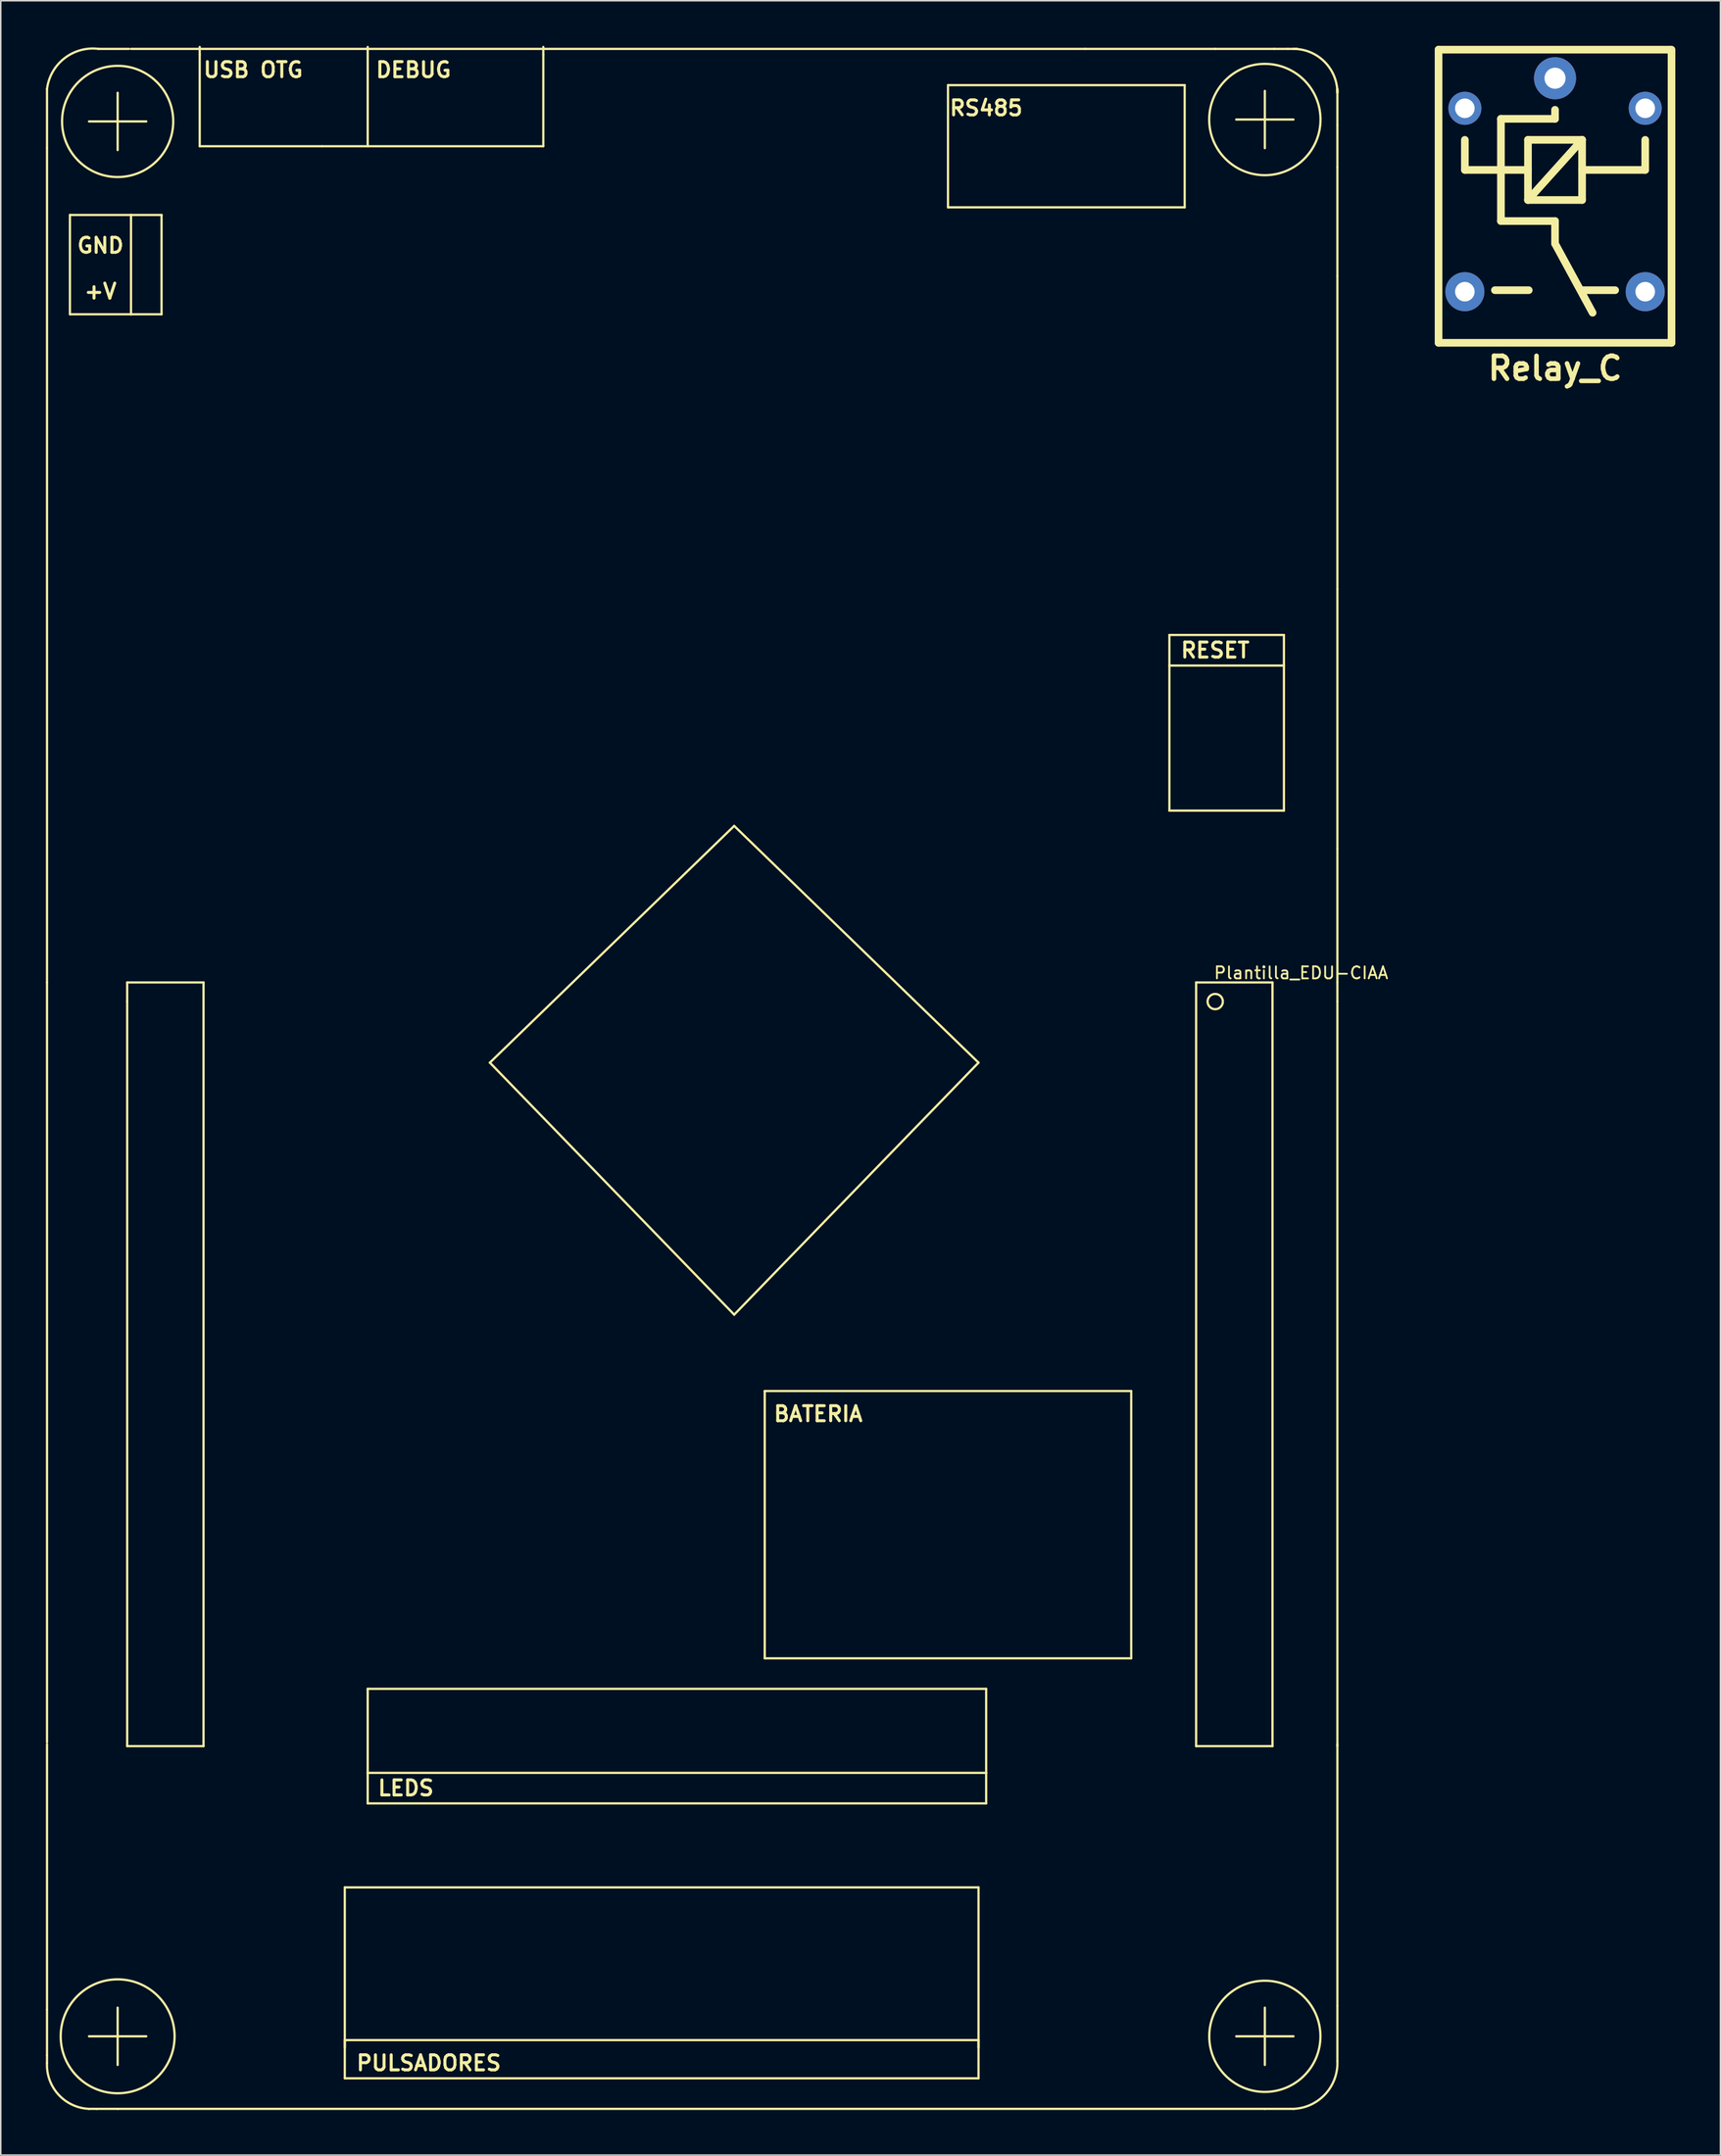
<source format=kicad_pcb>
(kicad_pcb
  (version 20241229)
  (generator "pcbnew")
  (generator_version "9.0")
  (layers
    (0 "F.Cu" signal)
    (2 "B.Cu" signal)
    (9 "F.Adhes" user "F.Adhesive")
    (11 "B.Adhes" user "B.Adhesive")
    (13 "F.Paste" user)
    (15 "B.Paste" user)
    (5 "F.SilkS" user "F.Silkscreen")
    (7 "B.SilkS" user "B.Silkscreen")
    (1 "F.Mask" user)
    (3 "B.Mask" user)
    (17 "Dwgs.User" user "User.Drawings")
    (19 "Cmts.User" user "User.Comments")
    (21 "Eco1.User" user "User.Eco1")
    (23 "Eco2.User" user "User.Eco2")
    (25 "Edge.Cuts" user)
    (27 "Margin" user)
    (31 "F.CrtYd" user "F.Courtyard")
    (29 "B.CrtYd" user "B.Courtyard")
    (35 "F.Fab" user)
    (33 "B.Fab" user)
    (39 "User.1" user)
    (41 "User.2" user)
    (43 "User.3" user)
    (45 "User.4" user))
  (footprint "Relay_C"
    (layer "F.Cu")
    (at 100.411 10.254)
    (property "Reference" "Relay_C" (at 0 11.2 0) (layer "F.SilkS") (effects (font (size 1.524 1.524) (thickness 0.305))))
    (attr through_hole)
    (fp_line (start -7.75 -10) (end -7.75 9.5) (stroke (width 0.508) (type solid)) (layer "F.SilkS"))
    (fp_line (start -7.75 -10) (end 7.65 -10) (stroke (width 0.508) (type solid)) (layer "F.SilkS"))
    (fp_line (start -7.75 9.5) (end 7.75 9.5) (stroke (width 0.508) (type solid)) (layer "F.SilkS"))
    (fp_line (start -6 -4) (end -6 -2) (stroke (width 0.508) (type solid)) (layer "F.SilkS"))
    (fp_line (start -3.6 1.4) (end -3.6 -5.4) (stroke (width 0.508) (type solid)) (layer "F.SilkS"))
    (fp_line (start -1.8 -4) (end 1.8 -4) (stroke (width 0.508) (type solid)) (layer "F.SilkS"))
    (fp_line (start -1.8 -2) (end -6 -2) (stroke (width 0.508) (type solid)) (layer "F.SilkS"))
    (fp_line (start -1.8 0) (end -1.8 -4) (stroke (width 0.508) (type solid)) (layer "F.SilkS"))
    (fp_line (start -1.8 0) (end 1.8 -4) (stroke (width 0.508) (type solid)) (layer "F.SilkS"))
    (fp_line (start -1.75 6) (end -4 6) (stroke (width 0.508) (type solid)) (layer "F.SilkS"))
    (fp_line (start 0 -6) (end 0 -5.4) (stroke (width 0.508) (type solid)) (layer "F.SilkS"))
    (fp_line (start 0 -5.4) (end -3.6 -5.4) (stroke (width 0.508) (type solid)) (layer "F.SilkS"))
    (fp_line (start 0 1.4) (end -3.6 1.4) (stroke (width 0.508) (type solid)) (layer "F.SilkS"))
    (fp_line (start 0 1.4) (end 0 2.9) (stroke (width 0.508) (type solid)) (layer "F.SilkS"))
    (fp_line (start 0 2.9) (end 2.5 7.5) (stroke (width 0.508) (type solid)) (layer "F.SilkS"))
    (fp_line (start 1.8 -4) (end 1.8 0) (stroke (width 0.508) (type solid)) (layer "F.SilkS"))
    (fp_line (start 1.8 0) (end -1.8 0) (stroke (width 0.508) (type solid)) (layer "F.SilkS"))
    (fp_line (start 4 6) (end 1.75 6) (stroke (width 0.508) (type solid)) (layer "F.SilkS"))
    (fp_line (start 6 -4) (end 6 -2) (stroke (width 0.508) (type solid)) (layer "F.SilkS"))
    (fp_line (start 6 -2) (end 1.8 -2) (stroke (width 0.508) (type solid)) (layer "F.SilkS"))
    (fp_line (start 7.75 -10) (end 7.75 9.5) (stroke (width 0.508) (type solid)) (layer "F.SilkS"))
    (pad "1" thru_hole circle (at 0 -8.1) (size 2.8 2.8) (drill 1.4) (layers "*.Cu" "*.Mask"))
    (pad "2" thru_hole circle (at -6 -6.1) (size 2.2 2.2) (drill 1.3) (layers "*.Cu" "*.Mask"))
    (pad "3" thru_hole circle (at -6 6.1) (size 2.6 2.6) (drill 1.3) (layers "*.Cu" "*.Mask"))
    (pad "4" thru_hole circle (at 6 6.1) (size 2.6 2.6) (drill 1.3) (layers "*.Cu" "*.Mask"))
    (pad "5" thru_hole circle (at 6 -6.1) (size 2.2 2.2) (drill 1.3) (layers "*.Cu" "*.Mask")))
  (footprint "Plantilla_EDU-CIAA"
    (layer "F.Cu")
    (at 77.802 63.575)
    (property "Reference" "Plantilla_EDU-CIAA" (at 5.715 -1.905 0) (layer "F.SilkS") (effects (font (size 0.8 0.8) (thickness 0.12))))
    (attr through_hole)
    (fp_line (start -77.724 -60.706) (end -77.724 -56.769) (stroke (width 0.15) (type solid)) (layer "F.SilkS"))
    (fp_line (start -77.724 -1.27) (end -77.724 -56.769) (stroke (width 0.15) (type solid)) (layer "F.SilkS"))
    (fp_line (start -77.724 49.276) (end -77.724 -1.27) (stroke (width 0.15) (type solid)) (layer "F.SilkS"))
    (fp_line (start -77.724 49.403) (end -77.724 67.056) (stroke (width 0.15) (type solid)) (layer "F.SilkS"))
    (fp_line (start -77.724 67.056) (end -77.724 70.104) (stroke (width 0.15) (type solid)) (layer "F.SilkS"))
    (fp_line (start -77.724 70.612) (end -77.724 70.104) (stroke (width 0.15) (type solid)) (layer "F.SilkS"))
    (fp_line (start -76.2 -52.324) (end -76.2 -45.72) (stroke (width 0.15) (type solid)) (layer "F.SilkS"))
    (fp_line (start -76.2 -45.72) (end -72.136 -45.72) (stroke (width 0.15) (type solid)) (layer "F.SilkS"))
    (fp_line (start -74.422 73.66) (end -74.93 73.66) (stroke (width 0.15) (type solid)) (layer "F.SilkS"))
    (fp_line (start -73.025 -58.547) (end -74.93 -58.547) (stroke (width 0.15) (type solid)) (layer "F.SilkS"))
    (fp_line (start -73.025 -58.547) (end -73.025 -60.452) (stroke (width 0.15) (type solid)) (layer "F.SilkS"))
    (fp_line (start -73.025 -58.547) (end -73.025 -56.642) (stroke (width 0.15) (type solid)) (layer "F.SilkS"))
    (fp_line (start -73.025 -58.547) (end -71.12 -58.547) (stroke (width 0.15) (type solid)) (layer "F.SilkS"))
    (fp_line (start -73.025 68.834) (end -74.93 68.834) (stroke (width 0.15) (type solid)) (layer "F.SilkS"))
    (fp_line (start -73.025 68.834) (end -73.025 66.929) (stroke (width 0.15) (type solid)) (layer "F.SilkS"))
    (fp_line (start -73.025 68.834) (end -73.025 70.739) (stroke (width 0.15) (type solid)) (layer "F.SilkS"))
    (fp_line (start -73.025 68.834) (end -71.12 68.834) (stroke (width 0.15) (type solid)) (layer "F.SilkS"))
    (fp_line (start -73.025 73.66) (end -74.422 73.66) (stroke (width 0.15) (type solid)) (layer "F.SilkS"))
    (fp_line (start -72.39 -1.27) (end -67.31 -1.27) (stroke (width 0.15) (type solid)) (layer "F.SilkS"))
    (fp_line (start -72.39 0) (end -72.39 -1.27) (stroke (width 0.15) (type solid)) (layer "F.SilkS"))
    (fp_line (start -72.39 49.53) (end -72.39 0) (stroke (width 0.15) (type solid)) (layer "F.SilkS"))
    (fp_line (start -72.263 -63.373) (end -74.295 -63.373) (stroke (width 0.15) (type solid)) (layer "F.SilkS"))
    (fp_line (start -72.136 -52.324) (end -76.2 -52.324) (stroke (width 0.15) (type solid)) (layer "F.SilkS"))
    (fp_line (start -72.136 -45.72) (end -72.136 -52.324) (stroke (width 0.15) (type solid)) (layer "F.SilkS"))
    (fp_line (start -72.136 -45.72) (end -70.104 -45.72) (stroke (width 0.15) (type solid)) (layer "F.SilkS"))
    (fp_line (start -70.104 -52.324) (end -72.136 -52.324) (stroke (width 0.15) (type solid)) (layer "F.SilkS"))
    (fp_line (start -70.104 -45.72) (end -70.104 -52.324) (stroke (width 0.15) (type solid)) (layer "F.SilkS"))
    (fp_line (start -67.564 -62.992) (end -67.564 -63.5) (stroke (width 0.15) (type solid)) (layer "F.SilkS"))
    (fp_line (start -67.564 -56.896) (end -67.564 -62.992) (stroke (width 0.15) (type solid)) (layer "F.SilkS"))
    (fp_line (start -67.564 -56.896) (end -59.436 -56.896) (stroke (width 0.15) (type solid)) (layer "F.SilkS"))
    (fp_line (start -67.31 -1.27) (end -67.31 49.53) (stroke (width 0.15) (type solid)) (layer "F.SilkS"))
    (fp_line (start -67.31 49.53) (end -72.39 49.53) (stroke (width 0.15) (type solid)) (layer "F.SilkS"))
    (fp_line (start -57.912 58.928) (end -57.912 69.596) (stroke (width 0.15) (type solid)) (layer "F.SilkS"))
    (fp_line (start -57.912 69.088) (end -15.748 69.088) (stroke (width 0.15) (type solid)) (layer "F.SilkS"))
    (fp_line (start -57.912 71.628) (end -57.912 69.088) (stroke (width 0.15) (type solid)) (layer "F.SilkS"))
    (fp_line (start -57.912 71.628) (end -15.748 71.628) (stroke (width 0.15) (type solid)) (layer "F.SilkS"))
    (fp_line (start -56.388 -56.896) (end -56.388 -63.5) (stroke (width 0.15) (type solid)) (layer "F.SilkS"))
    (fp_line (start -56.388 45.72) (end -56.388 51.308) (stroke (width 0.15) (type solid)) (layer "F.SilkS"))
    (fp_line (start -56.388 51.308) (end -15.24 51.308) (stroke (width 0.15) (type solid)) (layer "F.SilkS"))
    (fp_line (start -56.388 53.34) (end -56.388 51.308) (stroke (width 0.15) (type solid)) (layer "F.SilkS"))
    (fp_line (start -56.388 53.34) (end -15.24 53.34) (stroke (width 0.15) (type solid)) (layer "F.SilkS"))
    (fp_line (start -48.26 4.064) (end -32.004 -11.684) (stroke (width 0.15) (type solid)) (layer "F.SilkS"))
    (fp_line (start -44.704 -62.992) (end -44.704 -63.5) (stroke (width 0.15) (type solid)) (layer "F.SilkS"))
    (fp_line (start -44.704 -62.992) (end -44.704 -56.896) (stroke (width 0.15) (type solid)) (layer "F.SilkS"))
    (fp_line (start -44.704 -56.896) (end -59.436 -56.896) (stroke (width 0.15) (type solid)) (layer "F.SilkS"))
    (fp_line (start -32.004 -11.684) (end -15.748 4.064) (stroke (width 0.15) (type solid)) (layer "F.SilkS"))
    (fp_line (start -32.004 20.828) (end -48.26 4.064) (stroke (width 0.15) (type solid)) (layer "F.SilkS"))
    (fp_line (start -29.972 25.908) (end -29.972 43.688) (stroke (width 0.15) (type solid)) (layer "F.SilkS"))
    (fp_line (start -29.972 43.688) (end -5.588 43.688) (stroke (width 0.15) (type solid)) (layer "F.SilkS"))
    (fp_line (start -17.78 -60.96) (end -17.78 -52.832) (stroke (width 0.15) (type solid)) (layer "F.SilkS"))
    (fp_line (start -17.78 -52.832) (end -2.032 -52.832) (stroke (width 0.15) (type solid)) (layer "F.SilkS"))
    (fp_line (start -15.748 4.064) (end -32.004 20.828) (stroke (width 0.15) (type solid)) (layer "F.SilkS"))
    (fp_line (start -15.748 58.928) (end -57.912 58.928) (stroke (width 0.15) (type solid)) (layer "F.SilkS"))
    (fp_line (start -15.748 69.596) (end -15.748 58.928) (stroke (width 0.15) (type solid)) (layer "F.SilkS"))
    (fp_line (start -15.748 71.628) (end -15.748 69.088) (stroke (width 0.15) (type solid)) (layer "F.SilkS"))
    (fp_line (start -15.24 45.72) (end -56.388 45.72) (stroke (width 0.15) (type solid)) (layer "F.SilkS"))
    (fp_line (start -15.24 51.308) (end -15.24 45.72) (stroke (width 0.15) (type solid)) (layer "F.SilkS"))
    (fp_line (start -15.24 53.34) (end -15.24 51.308) (stroke (width 0.15) (type solid)) (layer "F.SilkS"))
    (fp_line (start -8.636 -63.373) (end -72.136 -63.373) (stroke (width 0.15) (type solid)) (layer "F.SilkS"))
    (fp_line (start -5.588 25.908) (end -29.972 25.908) (stroke (width 0.15) (type solid)) (layer "F.SilkS"))
    (fp_line (start -5.588 43.688) (end -5.588 25.908) (stroke (width 0.15) (type solid)) (layer "F.SilkS"))
    (fp_line (start -3.048 -24.384) (end -3.048 -12.7) (stroke (width 0.15) (type solid)) (layer "F.SilkS"))
    (fp_line (start -3.048 -12.7) (end 4.572 -12.7) (stroke (width 0.15) (type solid)) (layer "F.SilkS"))
    (fp_line (start -2.032 -60.96) (end -17.78 -60.96) (stroke (width 0.15) (type solid)) (layer "F.SilkS"))
    (fp_line (start -2.032 -52.832) (end -2.032 -60.96) (stroke (width 0.15) (type solid)) (layer "F.SilkS"))
    (fp_line (start -1.27 49.53) (end -1.27 -1.27) (stroke (width 0.15) (type solid)) (layer "F.SilkS"))
    (fp_line (start 0 -63.373) (end -8.636 -63.373) (stroke (width 0.15) (type solid)) (layer "F.SilkS"))
    (fp_line (start 0 -63.373) (end 3.937 -63.373) (stroke (width 0.15) (type solid)) (layer "F.SilkS"))
    (fp_line (start 3.302 -58.674) (end 1.397 -58.674) (stroke (width 0.15) (type solid)) (layer "F.SilkS"))
    (fp_line (start 3.302 -58.674) (end 3.302 -60.579) (stroke (width 0.15) (type solid)) (layer "F.SilkS"))
    (fp_line (start 3.302 -58.674) (end 3.302 -56.769) (stroke (width 0.15) (type solid)) (layer "F.SilkS"))
    (fp_line (start 3.302 -58.674) (end 5.207 -58.674) (stroke (width 0.15) (type solid)) (layer "F.SilkS"))
    (fp_line (start 3.302 68.834) (end 1.397 68.834) (stroke (width 0.15) (type solid)) (layer "F.SilkS"))
    (fp_line (start 3.302 68.834) (end 3.302 66.929) (stroke (width 0.15) (type solid)) (layer "F.SilkS"))
    (fp_line (start 3.302 68.834) (end 3.302 70.739) (stroke (width 0.15) (type solid)) (layer "F.SilkS"))
    (fp_line (start 3.302 68.834) (end 5.207 68.834) (stroke (width 0.15) (type solid)) (layer "F.SilkS"))
    (fp_line (start 3.302 73.66) (end -73.025 73.66) (stroke (width 0.15) (type solid)) (layer "F.SilkS"))
    (fp_line (start 3.302 73.66) (end 5.207 73.66) (stroke (width 0.15) (type solid)) (layer "F.SilkS"))
    (fp_line (start 3.81 -1.27) (end -1.27 -1.27) (stroke (width 0.15) (type solid)) (layer "F.SilkS"))
    (fp_line (start 3.81 49.53) (end -1.27 49.53) (stroke (width 0.15) (type solid)) (layer "F.SilkS"))
    (fp_line (start 3.81 49.53) (end 3.81 -1.27) (stroke (width 0.15) (type solid)) (layer "F.SilkS"))
    (fp_line (start 3.937 -63.373) (end 4.826 -63.373) (stroke (width 0.15) (type solid)) (layer "F.SilkS"))
    (fp_line (start 4.572 -24.384) (end -3.048 -24.384) (stroke (width 0.15) (type solid)) (layer "F.SilkS"))
    (fp_line (start 4.572 -22.352) (end -3.048 -22.352) (stroke (width 0.15) (type solid)) (layer "F.SilkS"))
    (fp_line (start 4.572 -12.7) (end 4.572 -24.384) (stroke (width 0.15) (type solid)) (layer "F.SilkS"))
    (fp_line (start 5.461 -63.373) (end 4.826 -63.373) (stroke (width 0.15) (type solid)) (layer "F.SilkS"))
    (fp_line (start 8.128 -60.706) (end 8.128 -60.452) (stroke (width 0.15) (type solid)) (layer "F.SilkS"))
    (fp_line (start 8.128 -60.579) (end 8.128 -60.706) (stroke (width 0.15) (type solid)) (layer "F.SilkS"))
    (fp_line (start 8.128 -58.293) (end 8.128 -60.579) (stroke (width 0.15) (type solid)) (layer "F.SilkS"))
    (fp_line (start 8.128 -55.499) (end 8.128 -58.293) (stroke (width 0.15) (type solid)) (layer "F.SilkS"))
    (fp_line (start 8.128 -48.26) (end 8.128 -55.499) (stroke (width 0.15) (type solid)) (layer "F.SilkS"))
    (fp_line (start 8.128 -27.432) (end 8.128 -48.26) (stroke (width 0.15) (type solid)) (layer "F.SilkS"))
    (fp_line (start 8.128 -10.16) (end 8.128 -27.432) (stroke (width 0.15) (type solid)) (layer "F.SilkS"))
    (fp_line (start 8.128 -1.27) (end 8.128 -10.16) (stroke (width 0.15) (type solid)) (layer "F.SilkS"))
    (fp_line (start 8.128 0) (end 8.128 -1.27) (stroke (width 0.15) (type solid)) (layer "F.SilkS"))
    (fp_line (start 8.128 0) (end 8.128 49.53) (stroke (width 0.15) (type solid)) (layer "F.SilkS"))
    (fp_line (start 8.128 49.403) (end 8.128 66.802) (stroke (width 0.15) (type solid)) (layer "F.SilkS"))
    (fp_line (start 8.128 66.802) (end 8.128 70.485) (stroke (width 0.15) (type solid)) (layer "F.SilkS"))
    (fp_arc (start -77.724 -60.706) (mid -76.561854 -62.749669) (end -74.295 -63.373) (stroke (width 0.15) (type solid)) (layer "F.SilkS"))
    (fp_arc (start -74.93 73.66) (mid -76.958261 72.714656) (end -77.724 70.612) (stroke (width 0.15) (type solid)) (layer "F.SilkS"))
    (fp_arc (start 5.207 -63.373) (mid 7.272459 -62.517459) (end 8.128 -60.452) (stroke (width 0.15) (type solid)) (layer "F.SilkS"))
    (fp_arc (start 8.128 70.485) (mid 7.325064 72.677459) (end 5.207 73.66) (stroke (width 0.15) (type solid)) (layer "F.SilkS"))
    (fp_circle (center -73.025 -58.547) (end -69.469 -59.563) (stroke (width 0.15) (type solid)) (fill no) (layer "F.SilkS"))
    (fp_circle (center -73.025 68.834) (end -72.136 65.151) (stroke (width 0.15) (type solid)) (fill no) (layer "F.SilkS"))
    (fp_circle (center 0 0) (end 0.508 0) (stroke (width 0.15) (type solid)) (fill no) (layer "F.SilkS"))
    (fp_circle (center 3.302 -58.674) (end 6.731 -57.277) (stroke (width 0.15) (type solid)) (fill no) (layer "F.SilkS"))
    (fp_circle (center 3.302 68.834) (end 6.858 69.85) (stroke (width 0.15) (type solid)) (fill no) (layer "F.SilkS"))
    (fp_text user "DEBUG" (at -53.34 -61.976 0) (layer "F.SilkS") (effects (font (size 1 1) (thickness 0.2))))
    (fp_text user "LEDS" (at -53.848 52.324 0) (layer "F.SilkS") (effects (font (size 1 1) (thickness 0.2))))
    (fp_text user "RS485" (at -15.24 -59.436 0) (layer "F.SilkS") (effects (font (size 1 1) (thickness 0.2))))
    (fp_text user "GND" (at -74.168 -50.292 0) (layer "F.SilkS") (effects (font (size 1 1) (thickness 0.2))))
    (fp_text user "USB OTG" (at -64.008 -61.976 0) (layer "F.SilkS") (effects (font (size 1 1) (thickness 0.2))))
    (fp_text user "PULSADORES" (at -52.324 70.612 0) (layer "F.SilkS") (effects (font (size 1 1) (thickness 0.2))))
    (fp_text user "RESET" (at 0 -23.368 0) (layer "F.SilkS") (effects (font (size 1 1) (thickness 0.2))))
    (fp_text user "BATERIA" (at -26.416 27.432 0) (layer "F.SilkS") (effects (font (size 1 1) (thickness 0.2))))
    (fp_text user "+V" (at -74.168 -47.244 0) (layer "F.SilkS") (effects (font (size 1 1) (thickness 0.2)))))
  (gr_rect
    (start -3 -3)
    (end 111.415 140.31)
    (stroke (width 0.1) (type default))
    (fill no)
    (layer "Edge.Cuts")))
</source>
